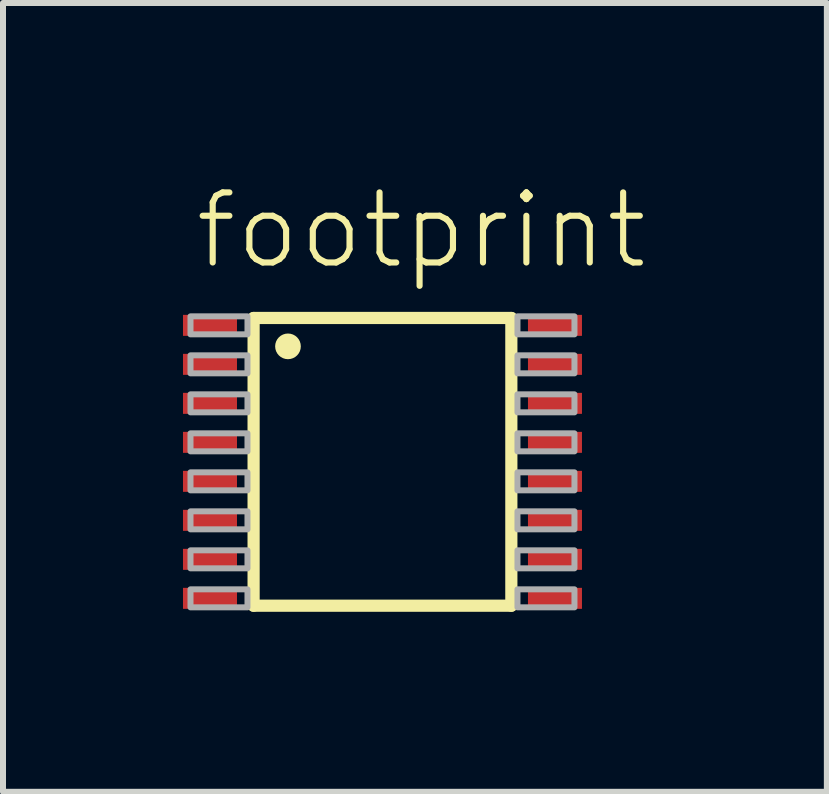
<source format=kicad_pcb>
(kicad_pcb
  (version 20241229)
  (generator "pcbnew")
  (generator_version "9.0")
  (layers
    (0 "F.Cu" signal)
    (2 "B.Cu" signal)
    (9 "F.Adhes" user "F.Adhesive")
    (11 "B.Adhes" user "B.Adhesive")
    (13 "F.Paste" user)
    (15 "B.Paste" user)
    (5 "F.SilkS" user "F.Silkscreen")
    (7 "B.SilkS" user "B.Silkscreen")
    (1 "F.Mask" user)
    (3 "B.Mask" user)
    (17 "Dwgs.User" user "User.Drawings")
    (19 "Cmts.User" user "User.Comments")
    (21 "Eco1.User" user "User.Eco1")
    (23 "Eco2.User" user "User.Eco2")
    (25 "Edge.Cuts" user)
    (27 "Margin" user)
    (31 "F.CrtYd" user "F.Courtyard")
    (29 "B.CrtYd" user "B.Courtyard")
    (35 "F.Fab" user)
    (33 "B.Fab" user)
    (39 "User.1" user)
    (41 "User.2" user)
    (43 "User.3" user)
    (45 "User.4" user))
  (footprint "footprint"
    (layer "F.Cu")
    (at 3.325 4.648)
    (property "Reference" "footprint" (at -3.175 -3.175 0) (layer "F.SilkS") (effects (font (size 1.168 1.168) (thickness 0.102)) (justify left bottom)))
    (fp_line (start -2.148 -2.398) (end -2.148 2.398) (stroke (width 0.203) (type solid)) (layer "F.SilkS"))
    (fp_line (start -2.148 2.398) (end 2.148 2.398) (stroke (width 0.203) (type solid)) (layer "F.SilkS"))
    (fp_line (start 2.148 -2.398) (end -2.148 -2.398) (stroke (width 0.203) (type solid)) (layer "F.SilkS"))
    (fp_line (start 2.148 2.398) (end 2.148 -2.398) (stroke (width 0.203) (type solid)) (layer "F.SilkS"))
    (fp_circle (center -1.575 -1.925) (end -1.468 -1.925) (stroke (width 0.214) (type solid)) (fill yes) (layer "F.SilkS"))
    (fp_poly (pts (xy -3.2 -2.125) (xy -2.25 -2.125) (xy -2.25 -2.425) (xy -3.2 -2.425)) (stroke (width 0.1) (type solid)) (fill no) (layer "F.Fab"))
    (fp_poly (pts (xy -3.2 -1.475) (xy -2.25 -1.475) (xy -2.25 -1.775) (xy -3.2 -1.775)) (stroke (width 0.1) (type solid)) (fill no) (layer "F.Fab"))
    (fp_poly (pts (xy -3.2 -0.825) (xy -2.25 -0.825) (xy -2.25 -1.125) (xy -3.2 -1.125)) (stroke (width 0.1) (type solid)) (fill no) (layer "F.Fab"))
    (fp_poly (pts (xy -3.2 -0.175) (xy -2.25 -0.175) (xy -2.25 -0.475) (xy -3.2 -0.475)) (stroke (width 0.1) (type solid)) (fill no) (layer "F.Fab"))
    (fp_poly (pts (xy -3.2 0.475) (xy -2.25 0.475) (xy -2.25 0.175) (xy -3.2 0.175)) (stroke (width 0.1) (type solid)) (fill no) (layer "F.Fab"))
    (fp_poly (pts (xy -3.2 1.125) (xy -2.25 1.125) (xy -2.25 0.825) (xy -3.2 0.825)) (stroke (width 0.1) (type solid)) (fill no) (layer "F.Fab"))
    (fp_poly (pts (xy -3.2 1.775) (xy -2.25 1.775) (xy -2.25 1.475) (xy -3.2 1.475)) (stroke (width 0.1) (type solid)) (fill no) (layer "F.Fab"))
    (fp_poly (pts (xy -3.2 2.425) (xy -2.25 2.425) (xy -2.25 2.125) (xy -3.2 2.125)) (stroke (width 0.1) (type solid)) (fill no) (layer "F.Fab"))
    (fp_poly (pts (xy 3.2 -2.425) (xy 2.25 -2.425) (xy 2.25 -2.125) (xy 3.2 -2.125)) (stroke (width 0.1) (type solid)) (fill no) (layer "F.Fab"))
    (fp_poly (pts (xy 3.2 -1.775) (xy 2.25 -1.775) (xy 2.25 -1.475) (xy 3.2 -1.475)) (stroke (width 0.1) (type solid)) (fill no) (layer "F.Fab"))
    (fp_poly (pts (xy 3.2 -1.125) (xy 2.25 -1.125) (xy 2.25 -0.825) (xy 3.2 -0.825)) (stroke (width 0.1) (type solid)) (fill no) (layer "F.Fab"))
    (fp_poly (pts (xy 3.2 -0.475) (xy 2.25 -0.475) (xy 2.25 -0.175) (xy 3.2 -0.175)) (stroke (width 0.1) (type solid)) (fill no) (layer "F.Fab"))
    (fp_poly (pts (xy 3.2 0.175) (xy 2.25 0.175) (xy 2.25 0.475) (xy 3.2 0.475)) (stroke (width 0.1) (type solid)) (fill no) (layer "F.Fab"))
    (fp_poly (pts (xy 3.2 0.825) (xy 2.25 0.825) (xy 2.25 1.125) (xy 3.2 1.125)) (stroke (width 0.1) (type solid)) (fill no) (layer "F.Fab"))
    (fp_poly (pts (xy 3.2 1.475) (xy 2.25 1.475) (xy 2.25 1.775) (xy 3.2 1.775)) (stroke (width 0.1) (type solid)) (fill no) (layer "F.Fab"))
    (fp_poly (pts (xy 3.2 2.125) (xy 2.25 2.125) (xy 2.25 2.425) (xy 3.2 2.425)) (stroke (width 0.1) (type solid)) (fill no) (layer "F.Fab"))
    (pad "1" smd rect (at -2.875 -2.275) (size 0.9 0.35) (layers "F.Cu" "F.Mask" "F.Paste"))
    (pad "2" smd rect (at -2.875 -1.625) (size 0.9 0.35) (layers "F.Cu" "F.Mask" "F.Paste"))
    (pad "3" smd rect (at -2.875 -0.975) (size 0.9 0.35) (layers "F.Cu" "F.Mask" "F.Paste"))
    (pad "4" smd rect (at -2.875 -0.325) (size 0.9 0.35) (layers "F.Cu" "F.Mask" "F.Paste"))
    (pad "5" smd rect (at -2.875 0.325) (size 0.9 0.35) (layers "F.Cu" "F.Mask" "F.Paste"))
    (pad "6" smd rect (at -2.875 0.975) (size 0.9 0.35) (layers "F.Cu" "F.Mask" "F.Paste"))
    (pad "7" smd rect (at -2.875 1.625) (size 0.9 0.35) (layers "F.Cu" "F.Mask" "F.Paste"))
    (pad "8" smd rect (at -2.875 2.275) (size 0.9 0.35) (layers "F.Cu" "F.Mask" "F.Paste"))
    (pad "9" smd rect (at 2.875 2.275 180) (size 0.9 0.35) (layers "F.Cu" "F.Mask" "F.Paste"))
    (pad "10" smd rect (at 2.875 1.625 180) (size 0.9 0.35) (layers "F.Cu" "F.Mask" "F.Paste"))
    (pad "11" smd rect (at 2.875 0.975 180) (size 0.9 0.35) (layers "F.Cu" "F.Mask" "F.Paste"))
    (pad "12" smd rect (at 2.875 0.325 180) (size 0.9 0.35) (layers "F.Cu" "F.Mask" "F.Paste"))
    (pad "13" smd rect (at 2.875 -0.325 180) (size 0.9 0.35) (layers "F.Cu" "F.Mask" "F.Paste"))
    (pad "14" smd rect (at 2.875 -0.975 180) (size 0.9 0.35) (layers "F.Cu" "F.Mask" "F.Paste"))
    (pad "15" smd rect (at 2.875 -1.625 180) (size 0.9 0.35) (layers "F.Cu" "F.Mask" "F.Paste"))
    (pad "16" smd rect (at 2.875 -2.275 180) (size 0.9 0.35) (layers "F.Cu" "F.Mask" "F.Paste")))
  (gr_rect
    (start -3 -3)
    (end 10.732 10.148)
    (stroke (width 0.1) (type default))
    (fill no)
    (layer "Edge.Cuts")))
</source>
